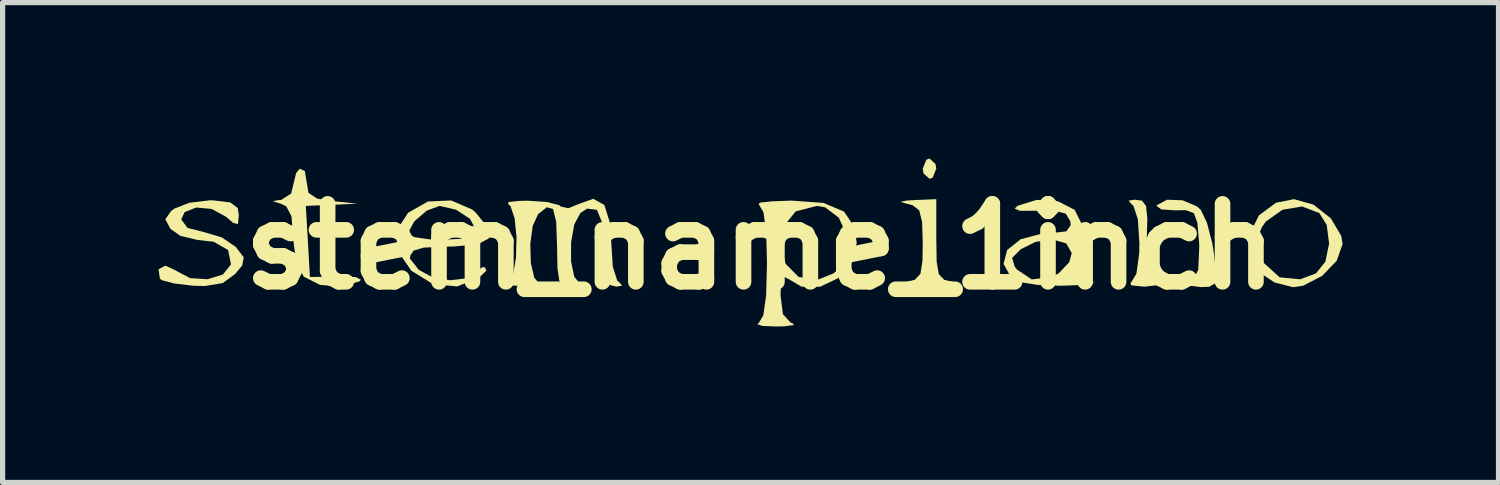
<source format=kicad_pcb>
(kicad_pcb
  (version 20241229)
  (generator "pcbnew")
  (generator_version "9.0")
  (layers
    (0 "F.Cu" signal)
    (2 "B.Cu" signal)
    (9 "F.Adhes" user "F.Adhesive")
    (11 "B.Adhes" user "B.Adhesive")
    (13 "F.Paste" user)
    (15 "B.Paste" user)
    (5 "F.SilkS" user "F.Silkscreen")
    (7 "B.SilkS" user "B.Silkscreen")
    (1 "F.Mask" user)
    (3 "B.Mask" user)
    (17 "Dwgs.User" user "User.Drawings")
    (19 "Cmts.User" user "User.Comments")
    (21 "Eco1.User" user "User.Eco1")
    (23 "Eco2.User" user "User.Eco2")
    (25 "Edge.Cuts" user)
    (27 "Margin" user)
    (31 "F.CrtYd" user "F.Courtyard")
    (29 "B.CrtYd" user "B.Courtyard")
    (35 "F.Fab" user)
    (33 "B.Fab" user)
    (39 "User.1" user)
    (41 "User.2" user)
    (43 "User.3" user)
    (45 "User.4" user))
  (footprint "stem_name_1inch"
    (layer "F.Cu")
    (at 11.574 1.693)
    (property "Reference" "stem_name_1inch" (at 0 0 0) (layer "F.SilkS") (effects (font (size 1.5 1.5) (thickness 0.3))))
    (attr board_only exclude_from_pos_files exclude_from_bom)
    (fp_poly (pts (xy 3.372 -1.588) (xy 3.387 -1.498) (xy 3.316 -1.325) (xy 3.256 -1.303) (xy 3.141 -1.408) (xy 3.126 -1.498) (xy 3.196 -1.671) (xy 3.256 -1.693)) (stroke (width 0) (type solid)) (fill yes) (layer "F.SilkS"))
    (fp_poly (pts (xy 7.343 -0.884) (xy 7.422 -0.779) (xy 7.447 -0.531) (xy 7.433 -0.084) (xy 7.429 -0.016) (xy 7.45 0.426) (xy 7.565 0.66) (xy 7.574 0.666) (xy 7.617 0.745) (xy 7.41 0.77) (xy 7.359 0.769) (xy 7.138 0.746) (xy 7.12 0.701) (xy 7.132 0.695) (xy 7.236 0.522) (xy 7.29 0.135) (xy 7.294 -0.065) (xy 7.264 -0.525) (xy 7.178 -0.786) (xy 7.132 -0.826) (xy 7.086 -0.883) (xy 7.197 -0.902)) (stroke (width 0) (type solid)) (fill yes) (layer "F.SilkS"))
    (fp_poly (pts (xy 8.124 -0.89) (xy 8.402 -0.773) (xy 8.475 -0.706) (xy 8.593 -0.459) (xy 8.695 -0.067) (xy 8.729 0.141) (xy 8.77 0.521) (xy 8.747 0.71) (xy 8.635 0.774) (xy 8.476 0.78) (xy 8.266 0.752) (xy 8.306 0.673) (xy 8.312 0.669) (xy 8.426 0.447) (xy 8.446 -0.012) (xy 8.442 -0.078) (xy 8.409 -0.458) (xy 8.341 -0.643) (xy 8.189 -0.7) (xy 7.979 -0.697) (xy 7.714 -0.715) (xy 7.623 -0.783) (xy 7.628 -0.795) (xy 7.825 -0.901)) (stroke (width 0) (type solid)) (fill yes) (layer "F.SilkS"))
    (fp_poly (pts (xy 3.387 -0.139) (xy 3.394 0.293) (xy 3.435 0.53) (xy 3.538 0.639) (xy 3.733 0.686) (xy 3.745 0.688) (xy 3.811 0.715) (xy 3.651 0.734) (xy 3.3 0.742) (xy 3.256 0.743) (xy 2.888 0.736) (xy 2.708 0.717) (xy 2.75 0.691) (xy 2.768 0.688) (xy 2.975 0.638) (xy 3.082 0.523) (xy 3.121 0.274) (xy 3.126 -0.065) (xy 3.114 -0.475) (xy 3.059 -0.695) (xy 2.934 -0.794) (xy 2.833 -0.82) (xy 2.699 -0.86) (xy 2.813 -0.885) (xy 2.963 -0.894) (xy 3.387 -0.912)) (stroke (width 0) (type solid)) (fill yes) (layer "F.SilkS"))
    (fp_poly (pts (xy -8.76 -1.452) (xy -8.727 -1.253) (xy -8.69 -1.033) (xy -8.528 -0.924) (xy -8.239 -0.876) (xy -7.75 -0.825) (xy -8.246 -0.803) (xy -8.741 -0.782) (xy -8.701 -0.098) (xy -8.662 0.586) (xy -8.102 0.574) (xy -7.782 0.587) (xy -7.68 0.638) (xy -7.711 0.67) (xy -8.062 0.773) (xy -8.466 0.738) (xy -8.78 0.58) (xy -8.783 0.577) (xy -8.927 0.288) (xy -8.987 -0.156) (xy -8.988 -0.195) (xy -9.017 -0.582) (xy -9.118 -0.775) (xy -9.216 -0.822) (xy -9.376 -0.872) (xy -9.284 -0.892) (xy -9.216 -0.897) (xy -9.024 -1.019) (xy -8.988 -1.165) (xy -8.928 -1.414) (xy -8.857 -1.498)) (stroke (width 0) (type solid)) (fill yes) (layer "F.SilkS"))
    (fp_poly (pts (xy 10.644 -0.806) (xy 10.976 -0.543) (xy 11.178 -0.203) (xy 11.202 -0.047) (xy 11.089 0.274) (xy 10.807 0.565) (xy 10.445 0.752) (xy 10.249 0.782) (xy 9.892 0.69) (xy 9.639 0.521) (xy 9.422 0.152) (xy 9.419 -0.101) (xy 9.532 -0.101) (xy 9.57 0.121) (xy 9.682 0.311) (xy 9.993 0.592) (xy 10.387 0.63) (xy 10.69 0.516) (xy 10.872 0.29) (xy 10.943 -0.059) (xy 10.897 -0.416) (xy 10.754 -0.645) (xy 10.422 -0.771) (xy 10.045 -0.708) (xy 9.727 -0.482) (xy 9.651 -0.373) (xy 9.532 -0.101) (xy 9.419 -0.101) (xy 9.417 -0.245) (xy 9.593 -0.6) (xy 9.92 -0.843) (xy 10.268 -0.912)) (stroke (width 0) (type solid)) (fill yes) (layer "F.SilkS"))
    (fp_poly (pts (xy -10.528 -0.889) (xy -10.194 -0.849) (xy -10.052 -0.742) (xy -10.03 -0.61) (xy -10.046 -0.434) (xy -10.137 -0.454) (xy -10.28 -0.576) (xy -10.554 -0.724) (xy -10.85 -0.751) (xy -11.073 -0.663) (xy -11.137 -0.521) (xy -11.017 -0.359) (xy -10.727 -0.286) (xy -10.358 -0.177) (xy -10.088 0.007) (xy -9.936 0.207) (xy -9.964 0.363) (xy -10.098 0.525) (xy -10.339 0.702) (xy -10.682 0.759) (xy -10.912 0.753) (xy -11.274 0.71) (xy -11.509 0.647) (xy -11.548 0.619) (xy -11.574 0.437) (xy -11.442 0.367) (xy -11.249 0.456) (xy -11.243 0.462) (xy -10.967 0.607) (xy -10.631 0.628) (xy -10.335 0.537) (xy -10.182 0.345) (xy -10.181 0.341) (xy -10.236 0.067) (xy -10.512 -0.092) (xy -10.828 -0.128) (xy -11.154 -0.206) (xy -11.344 -0.34) (xy -11.444 -0.525) (xy -11.334 -0.682) (xy -11.272 -0.729) (xy -10.981 -0.843) (xy -10.588 -0.89)) (stroke (width 0) (type solid)) (fill yes) (layer "F.SilkS"))
    (fp_poly (pts (xy -5.541 -0.713) (xy -5.471 -0.651) (xy -5.233 -0.356) (xy -5.219 -0.157) (xy -5.439 -0.042) (xy -5.902 -0.001) (xy -5.992 0) (xy -6.473 0.02) (xy -6.715 0.092) (xy -6.74 0.23) (xy -6.569 0.447) (xy -6.309 0.589) (xy -5.97 0.648) (xy -5.669 0.613) (xy -5.536 0.521) (xy -5.346 0.399) (xy -5.3 0.395) (xy -5.268 0.46) (xy -5.398 0.59) (xy -5.828 0.767) (xy -6.295 0.722) (xy -6.712 0.464) (xy -6.714 0.462) (xy -6.983 0.068) (xy -6.991 -0.251) (xy -6.773 -0.251) (xy -6.656 -0.182) (xy -6.357 -0.138) (xy -6.122 -0.13) (xy -5.709 -0.152) (xy -5.509 -0.227) (xy -5.471 -0.321) (xy -5.583 -0.533) (xy -5.851 -0.709) (xy -6.169 -0.782) (xy -6.413 -0.692) (xy -6.652 -0.488) (xy -6.772 -0.27) (xy -6.773 -0.251) (xy -6.991 -0.251) (xy -6.993 -0.315) (xy -6.773 -0.651) (xy -6.392 -0.867) (xy -5.945 -0.887)) (stroke (width 0) (type solid)) (fill yes) (layer "F.SilkS"))
    (fp_poly (pts (xy 5.729 -0.87) (xy 6.048 -0.707) (xy 6.192 -0.419) (xy 6.252 0.024) (xy 6.252 0.064) (xy 6.288 0.449) (xy 6.383 0.666) (xy 6.415 0.685) (xy 6.385 0.716) (xy 6.147 0.741) (xy 5.782 0.754) (xy 5.333 0.737) (xy 4.985 0.682) (xy 4.838 0.618) (xy 4.68 0.332) (xy 4.71 0.218) (xy 4.846 0.218) (xy 4.894 0.385) (xy 4.938 0.442) (xy 5.223 0.632) (xy 5.587 0.588) (xy 5.74 0.516) (xy 5.944 0.301) (xy 5.992 0.126) (xy 5.887 -0.061) (xy 5.627 -0.135) (xy 5.295 -0.09) (xy 5.012 0.051) (xy 4.846 0.218) (xy 4.71 0.218) (xy 4.749 0.067) (xy 5.009 -0.141) (xy 5.427 -0.252) (xy 5.602 -0.261) (xy 5.887 -0.292) (xy 5.972 -0.412) (xy 5.964 -0.488) (xy 5.878 -0.633) (xy 5.656 -0.69) (xy 5.336 -0.689) (xy 4.994 -0.688) (xy 4.895 -0.732) (xy 4.95 -0.784) (xy 5.318 -0.899)) (stroke (width 0) (type solid)) (fill yes) (layer "F.SilkS"))
    (fp_poly (pts (xy 1.216 -0.84) (xy 1.612 -0.673) (xy 1.816 -0.371) (xy 1.856 -0.065) (xy 1.754 0.318) (xy 1.495 0.61) (xy 1.151 0.773) (xy 0.793 0.771) (xy 0.547 0.625) (xy 0.443 0.576) (xy 0.397 0.728) (xy 0.391 0.941) (xy 0.436 1.3) (xy 0.584 1.462) (xy 0.619 1.473) (xy 0.65 1.51) (xy 0.464 1.534) (xy 0.326 1.538) (xy 0.042 1.527) (xy -0.057 1.494) (xy -0.033 1.477) (xy 0.059 1.324) (xy 0.113 0.945) (xy 0.13 0.326) (xy 0.12 -0.067) (xy 0.391 -0.067) (xy 0.489 0.332) (xy 0.737 0.583) (xy 1.068 0.654) (xy 1.413 0.514) (xy 1.489 0.447) (xy 1.659 0.13) (xy 1.658 -0.233) (xy 1.511 -0.556) (xy 1.248 -0.755) (xy 1.089 -0.782) (xy 0.682 -0.677) (xy 0.444 -0.382) (xy 0.391 -0.067) (xy 0.12 -0.067) (xy 0.114 -0.288) (xy 0.062 -0.661) (xy -0.027 -0.813) (xy -0.033 -0.816) (xy -0.002 -0.846) (xy 0.236 -0.871) (xy 0.605 -0.884)) (stroke (width 0) (type solid)) (fill yes) (layer "F.SilkS"))
    (fp_poly (pts (xy -2.999 -0.8) (xy -2.886 -0.444) (xy -2.866 -0.08) (xy -2.836 0.388) (xy -2.751 0.654) (xy -2.703 0.695) (xy -2.657 0.753) (xy -2.768 0.771) (xy -2.902 0.736) (xy -2.971 0.575) (xy -2.995 0.231) (xy -2.996 0.073) (xy -3.032 -0.44) (xy -3.142 -0.707) (xy -3.329 -0.73) (xy -3.458 -0.647) (xy -3.577 -0.428) (xy -3.638 -0.084) (xy -3.639 0.286) (xy -3.577 0.581) (xy -3.484 0.695) (xy -3.462 0.748) (xy -3.615 0.771) (xy -3.777 0.756) (xy -3.865 0.657) (xy -3.901 0.413) (xy -3.908 0) (xy -3.925 -0.479) (xy -3.986 -0.723) (xy -4.105 -0.756) (xy -4.272 -0.625) (xy -4.376 -0.399) (xy -4.423 -0.053) (xy -4.413 0.313) (xy -4.347 0.598) (xy -4.266 0.695) (xy -4.268 0.737) (xy -4.478 0.76) (xy -4.559 0.761) (xy -4.813 0.746) (xy -4.874 0.707) (xy -4.852 0.695) (xy -4.753 0.534) (xy -4.698 0.212) (xy -4.688 -0.178) (xy -4.724 -0.539) (xy -4.804 -0.779) (xy -4.852 -0.821) (xy -4.839 -0.858) (xy -4.621 -0.879) (xy -4.459 -0.882) (xy -4.102 -0.857) (xy -3.869 -0.797) (xy -3.835 -0.769) (xy -3.687 -0.738) (xy -3.528 -0.805) (xy -3.212 -0.919)) (stroke (width 0) (type solid)) (fill yes) (layer "F.SilkS")))
  (gr_rect
    (start -3 -3)
    (end 25.776 6.231)
    (stroke (width 0.1) (type default))
    (fill no)
    (layer "Edge.Cuts")))
</source>
